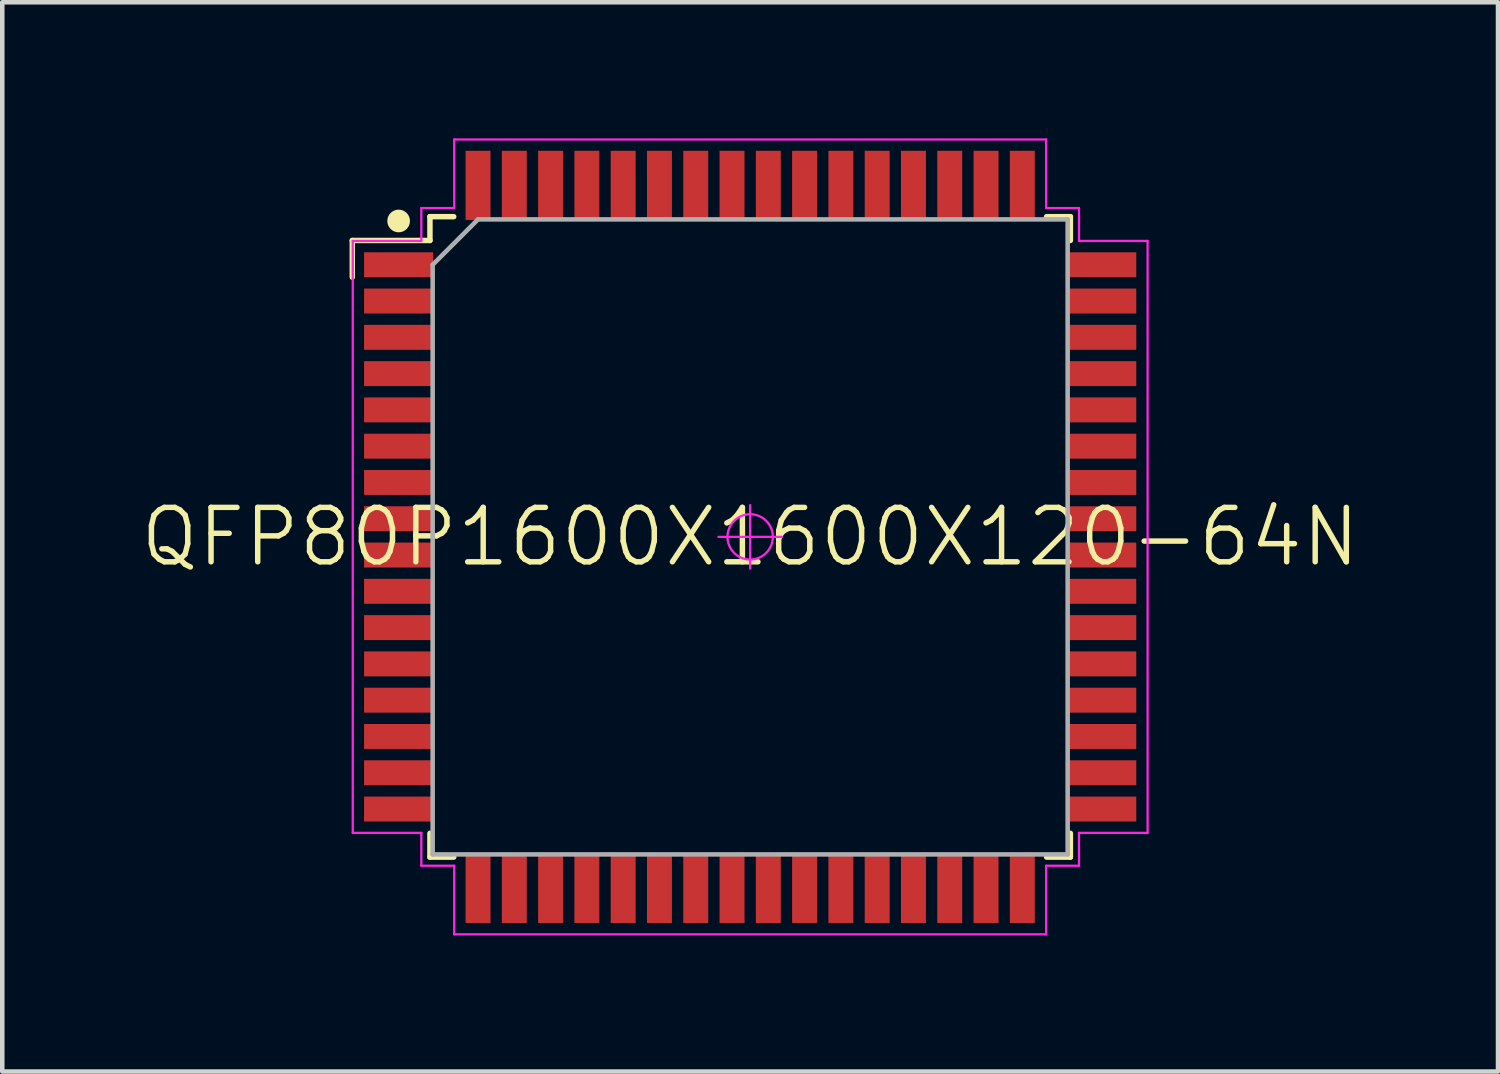
<source format=kicad_pcb>
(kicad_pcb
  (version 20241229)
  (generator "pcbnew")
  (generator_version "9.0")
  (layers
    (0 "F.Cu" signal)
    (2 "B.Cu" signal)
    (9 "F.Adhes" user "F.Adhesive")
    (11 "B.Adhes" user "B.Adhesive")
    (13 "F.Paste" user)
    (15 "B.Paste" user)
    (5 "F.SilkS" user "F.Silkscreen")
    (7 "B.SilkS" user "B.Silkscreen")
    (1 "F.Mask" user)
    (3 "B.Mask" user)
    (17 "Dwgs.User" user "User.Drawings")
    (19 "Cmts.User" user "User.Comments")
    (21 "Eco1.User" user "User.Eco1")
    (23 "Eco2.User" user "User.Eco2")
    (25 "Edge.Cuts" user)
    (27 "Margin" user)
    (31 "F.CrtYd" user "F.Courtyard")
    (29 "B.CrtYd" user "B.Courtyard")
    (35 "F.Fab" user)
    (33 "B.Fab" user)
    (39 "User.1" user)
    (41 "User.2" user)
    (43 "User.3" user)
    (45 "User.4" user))
  (footprint "QFP80P1600X1600X120-64N"
    (layer "F.Cu")
    (at 13.489 8.787)
    (property "Reference" "QFP80P1600X1600X120-64N" (at 0 0 0) (layer "F.SilkS") (effects (font (size 1.2 1.2) (thickness 0.12))))
    (attr smd)
    (fp_line (start -8.772 -6.535) (end -8.772 -5.725) (stroke (width 0.12) (type solid)) (layer "F.SilkS"))
    (fp_line (start -7.06 -7.06) (end -7.06 -6.535) (stroke (width 0.12) (type solid)) (layer "F.SilkS"))
    (fp_line (start -7.06 -7.06) (end -6.535 -7.06) (stroke (width 0.12) (type solid)) (layer "F.SilkS"))
    (fp_line (start -7.06 -6.535) (end -8.772 -6.535) (stroke (width 0.12) (type solid)) (layer "F.SilkS"))
    (fp_line (start -7.06 6.535) (end -7.06 7.06) (stroke (width 0.12) (type solid)) (layer "F.SilkS"))
    (fp_line (start -7.06 7.06) (end -6.535 7.06) (stroke (width 0.12) (type solid)) (layer "F.SilkS"))
    (fp_line (start 6.535 -7.06) (end 7.06 -7.06) (stroke (width 0.12) (type solid)) (layer "F.SilkS"))
    (fp_line (start 6.535 7.06) (end 7.06 7.06) (stroke (width 0.12) (type solid)) (layer "F.SilkS"))
    (fp_line (start 7.06 -7.06) (end 7.06 -6.535) (stroke (width 0.12) (type solid)) (layer "F.SilkS"))
    (fp_line (start 7.06 6.535) (end 7.06 7.06) (stroke (width 0.12) (type solid)) (layer "F.SilkS"))
    (fp_circle (center -7.75 -6.965) (end -7.75 -6.84) (stroke (width 0.25) (type solid)) (fill no) (layer "F.SilkS"))
    (fp_line (start -8.762 -6.525) (end -7.25 -6.525) (stroke (width 0.05) (type solid)) (layer "F.CrtYd"))
    (fp_line (start -8.762 6.525) (end -8.762 -6.525) (stroke (width 0.05) (type solid)) (layer "F.CrtYd"))
    (fp_line (start -7.25 -7.25) (end -6.525 -7.25) (stroke (width 0.05) (type solid)) (layer "F.CrtYd"))
    (fp_line (start -7.25 -6.525) (end -7.25 -7.25) (stroke (width 0.05) (type solid)) (layer "F.CrtYd"))
    (fp_line (start -7.25 6.525) (end -8.762 6.525) (stroke (width 0.05) (type solid)) (layer "F.CrtYd"))
    (fp_line (start -7.25 7.25) (end -7.25 6.525) (stroke (width 0.05) (type solid)) (layer "F.CrtYd"))
    (fp_line (start -6.525 -8.762) (end 6.525 -8.762) (stroke (width 0.05) (type solid)) (layer "F.CrtYd"))
    (fp_line (start -6.525 -7.25) (end -6.525 -8.762) (stroke (width 0.05) (type solid)) (layer "F.CrtYd"))
    (fp_line (start -6.525 7.25) (end -7.25 7.25) (stroke (width 0.05) (type solid)) (layer "F.CrtYd"))
    (fp_line (start -6.525 8.762) (end -6.525 7.25) (stroke (width 0.05) (type solid)) (layer "F.CrtYd"))
    (fp_line (start -0.7 0) (end 0.7 0) (stroke (width 0.05) (type solid)) (layer "F.CrtYd"))
    (fp_line (start 0 -0.7) (end 0 0.7) (stroke (width 0.05) (type solid)) (layer "F.CrtYd"))
    (fp_line (start 6.525 -8.762) (end 6.525 -7.25) (stroke (width 0.05) (type solid)) (layer "F.CrtYd"))
    (fp_line (start 6.525 -7.25) (end 7.25 -7.25) (stroke (width 0.05) (type solid)) (layer "F.CrtYd"))
    (fp_line (start 6.525 7.25) (end 6.525 8.762) (stroke (width 0.05) (type solid)) (layer "F.CrtYd"))
    (fp_line (start 6.525 8.762) (end -6.525 8.762) (stroke (width 0.05) (type solid)) (layer "F.CrtYd"))
    (fp_line (start 7.25 -7.25) (end 7.25 -6.525) (stroke (width 0.05) (type solid)) (layer "F.CrtYd"))
    (fp_line (start 7.25 -6.525) (end 8.762 -6.525) (stroke (width 0.05) (type solid)) (layer "F.CrtYd"))
    (fp_line (start 7.25 6.525) (end 7.25 7.25) (stroke (width 0.05) (type solid)) (layer "F.CrtYd"))
    (fp_line (start 7.25 7.25) (end 6.525 7.25) (stroke (width 0.05) (type solid)) (layer "F.CrtYd"))
    (fp_line (start 8.762 -6.525) (end 8.762 6.525) (stroke (width 0.05) (type solid)) (layer "F.CrtYd"))
    (fp_line (start 8.762 6.525) (end 7.25 6.525) (stroke (width 0.05) (type solid)) (layer "F.CrtYd"))
    (fp_circle (center 0 0) (end 0 0.5) (stroke (width 0.05) (type solid)) (fill no) (layer "F.CrtYd"))
    (fp_line (start -7 -6) (end -6 -7) (stroke (width 0.1) (type solid)) (layer "F.Fab"))
    (fp_line (start -7 7) (end -7 -6) (stroke (width 0.1) (type solid)) (layer "F.Fab"))
    (fp_line (start -6 -7) (end 7 -7) (stroke (width 0.1) (type solid)) (layer "F.Fab"))
    (fp_line (start 7 -7) (end 7 7) (stroke (width 0.1) (type solid)) (layer "F.Fab"))
    (fp_line (start 7 7) (end -7 7) (stroke (width 0.1) (type solid)) (layer "F.Fab"))
    (pad "1" smd rect (at -7.75 -6) (size 1.525 0.55) (layers "F.Cu" "F.Mask" "F.Paste"))
    (pad "2" smd rect (at -7.75 -5.2) (size 1.525 0.55) (layers "F.Cu" "F.Mask" "F.Paste"))
    (pad "3" smd rect (at -7.75 -4.4) (size 1.525 0.55) (layers "F.Cu" "F.Mask" "F.Paste"))
    (pad "4" smd rect (at -7.75 -3.6) (size 1.525 0.55) (layers "F.Cu" "F.Mask" "F.Paste"))
    (pad "5" smd rect (at -7.75 -2.8) (size 1.525 0.55) (layers "F.Cu" "F.Mask" "F.Paste"))
    (pad "6" smd rect (at -7.75 -2) (size 1.525 0.55) (layers "F.Cu" "F.Mask" "F.Paste"))
    (pad "7" smd rect (at -7.75 -1.2) (size 1.525 0.55) (layers "F.Cu" "F.Mask" "F.Paste"))
    (pad "8" smd rect (at -7.75 -0.4) (size 1.525 0.55) (layers "F.Cu" "F.Mask" "F.Paste"))
    (pad "9" smd rect (at -7.75 0.4) (size 1.525 0.55) (layers "F.Cu" "F.Mask" "F.Paste"))
    (pad "10" smd rect (at -7.75 1.2) (size 1.525 0.55) (layers "F.Cu" "F.Mask" "F.Paste"))
    (pad "11" smd rect (at -7.75 2) (size 1.525 0.55) (layers "F.Cu" "F.Mask" "F.Paste"))
    (pad "12" smd rect (at -7.75 2.8) (size 1.525 0.55) (layers "F.Cu" "F.Mask" "F.Paste"))
    (pad "13" smd rect (at -7.75 3.6) (size 1.525 0.55) (layers "F.Cu" "F.Mask" "F.Paste"))
    (pad "14" smd rect (at -7.75 4.4) (size 1.525 0.55) (layers "F.Cu" "F.Mask" "F.Paste"))
    (pad "15" smd rect (at -7.75 5.2) (size 1.525 0.55) (layers "F.Cu" "F.Mask" "F.Paste"))
    (pad "16" smd rect (at -7.75 6) (size 1.525 0.55) (layers "F.Cu" "F.Mask" "F.Paste"))
    (pad "17" smd rect (at -6 7.75) (size 0.55 1.525) (layers "F.Cu" "F.Mask" "F.Paste"))
    (pad "18" smd rect (at -5.2 7.75) (size 0.55 1.525) (layers "F.Cu" "F.Mask" "F.Paste"))
    (pad "19" smd rect (at -4.4 7.75) (size 0.55 1.525) (layers "F.Cu" "F.Mask" "F.Paste"))
    (pad "20" smd rect (at -3.6 7.75) (size 0.55 1.525) (layers "F.Cu" "F.Mask" "F.Paste"))
    (pad "21" smd rect (at -2.8 7.75) (size 0.55 1.525) (layers "F.Cu" "F.Mask" "F.Paste"))
    (pad "22" smd rect (at -2 7.75) (size 0.55 1.525) (layers "F.Cu" "F.Mask" "F.Paste"))
    (pad "23" smd rect (at -1.2 7.75) (size 0.55 1.525) (layers "F.Cu" "F.Mask" "F.Paste"))
    (pad "24" smd rect (at -0.4 7.75) (size 0.55 1.525) (layers "F.Cu" "F.Mask" "F.Paste"))
    (pad "25" smd rect (at 0.4 7.75) (size 0.55 1.525) (layers "F.Cu" "F.Mask" "F.Paste"))
    (pad "26" smd rect (at 1.2 7.75) (size 0.55 1.525) (layers "F.Cu" "F.Mask" "F.Paste"))
    (pad "27" smd rect (at 2 7.75) (size 0.55 1.525) (layers "F.Cu" "F.Mask" "F.Paste"))
    (pad "28" smd rect (at 2.8 7.75) (size 0.55 1.525) (layers "F.Cu" "F.Mask" "F.Paste"))
    (pad "29" smd rect (at 3.6 7.75) (size 0.55 1.525) (layers "F.Cu" "F.Mask" "F.Paste"))
    (pad "30" smd rect (at 4.4 7.75) (size 0.55 1.525) (layers "F.Cu" "F.Mask" "F.Paste"))
    (pad "31" smd rect (at 5.2 7.75) (size 0.55 1.525) (layers "F.Cu" "F.Mask" "F.Paste"))
    (pad "32" smd rect (at 6 7.75) (size 0.55 1.525) (layers "F.Cu" "F.Mask" "F.Paste"))
    (pad "33" smd rect (at 7.75 6) (size 1.525 0.55) (layers "F.Cu" "F.Mask" "F.Paste"))
    (pad "34" smd rect (at 7.75 5.2) (size 1.525 0.55) (layers "F.Cu" "F.Mask" "F.Paste"))
    (pad "35" smd rect (at 7.75 4.4) (size 1.525 0.55) (layers "F.Cu" "F.Mask" "F.Paste"))
    (pad "36" smd rect (at 7.75 3.6) (size 1.525 0.55) (layers "F.Cu" "F.Mask" "F.Paste"))
    (pad "37" smd rect (at 7.75 2.8) (size 1.525 0.55) (layers "F.Cu" "F.Mask" "F.Paste"))
    (pad "38" smd rect (at 7.75 2) (size 1.525 0.55) (layers "F.Cu" "F.Mask" "F.Paste"))
    (pad "39" smd rect (at 7.75 1.2) (size 1.525 0.55) (layers "F.Cu" "F.Mask" "F.Paste"))
    (pad "40" smd rect (at 7.75 0.4) (size 1.525 0.55) (layers "F.Cu" "F.Mask" "F.Paste"))
    (pad "41" smd rect (at 7.75 -0.4) (size 1.525 0.55) (layers "F.Cu" "F.Mask" "F.Paste"))
    (pad "42" smd rect (at 7.75 -1.2) (size 1.525 0.55) (layers "F.Cu" "F.Mask" "F.Paste"))
    (pad "43" smd rect (at 7.75 -2) (size 1.525 0.55) (layers "F.Cu" "F.Mask" "F.Paste"))
    (pad "44" smd rect (at 7.75 -2.8) (size 1.525 0.55) (layers "F.Cu" "F.Mask" "F.Paste"))
    (pad "45" smd rect (at 7.75 -3.6) (size 1.525 0.55) (layers "F.Cu" "F.Mask" "F.Paste"))
    (pad "46" smd rect (at 7.75 -4.4) (size 1.525 0.55) (layers "F.Cu" "F.Mask" "F.Paste"))
    (pad "47" smd rect (at 7.75 -5.2) (size 1.525 0.55) (layers "F.Cu" "F.Mask" "F.Paste"))
    (pad "48" smd rect (at 7.75 -6) (size 1.525 0.55) (layers "F.Cu" "F.Mask" "F.Paste"))
    (pad "49" smd rect (at 6 -7.75) (size 0.55 1.525) (layers "F.Cu" "F.Mask" "F.Paste"))
    (pad "50" smd rect (at 5.2 -7.75) (size 0.55 1.525) (layers "F.Cu" "F.Mask" "F.Paste"))
    (pad "51" smd rect (at 4.4 -7.75) (size 0.55 1.525) (layers "F.Cu" "F.Mask" "F.Paste"))
    (pad "52" smd rect (at 3.6 -7.75) (size 0.55 1.525) (layers "F.Cu" "F.Mask" "F.Paste"))
    (pad "53" smd rect (at 2.8 -7.75) (size 0.55 1.525) (layers "F.Cu" "F.Mask" "F.Paste"))
    (pad "54" smd rect (at 2 -7.75) (size 0.55 1.525) (layers "F.Cu" "F.Mask" "F.Paste"))
    (pad "55" smd rect (at 1.2 -7.75) (size 0.55 1.525) (layers "F.Cu" "F.Mask" "F.Paste"))
    (pad "56" smd rect (at 0.4 -7.75) (size 0.55 1.525) (layers "F.Cu" "F.Mask" "F.Paste"))
    (pad "57" smd rect (at -0.4 -7.75) (size 0.55 1.525) (layers "F.Cu" "F.Mask" "F.Paste"))
    (pad "58" smd rect (at -1.2 -7.75) (size 0.55 1.525) (layers "F.Cu" "F.Mask" "F.Paste"))
    (pad "59" smd rect (at -2 -7.75) (size 0.55 1.525) (layers "F.Cu" "F.Mask" "F.Paste"))
    (pad "60" smd rect (at -2.8 -7.75) (size 0.55 1.525) (layers "F.Cu" "F.Mask" "F.Paste"))
    (pad "61" smd rect (at -3.6 -7.75) (size 0.55 1.525) (layers "F.Cu" "F.Mask" "F.Paste"))
    (pad "62" smd rect (at -4.4 -7.75) (size 0.55 1.525) (layers "F.Cu" "F.Mask" "F.Paste"))
    (pad "63" smd rect (at -5.2 -7.75) (size 0.55 1.525) (layers "F.Cu" "F.Mask" "F.Paste"))
    (pad "64" smd rect (at -6 -7.75) (size 0.55 1.525) (layers "F.Cu" "F.Mask" "F.Paste")))
  (gr_rect
    (start -3 -3)
    (end 29.977 20.574)
    (stroke (width 0.1) (type default))
    (fill no)
    (layer "Edge.Cuts")))
</source>
